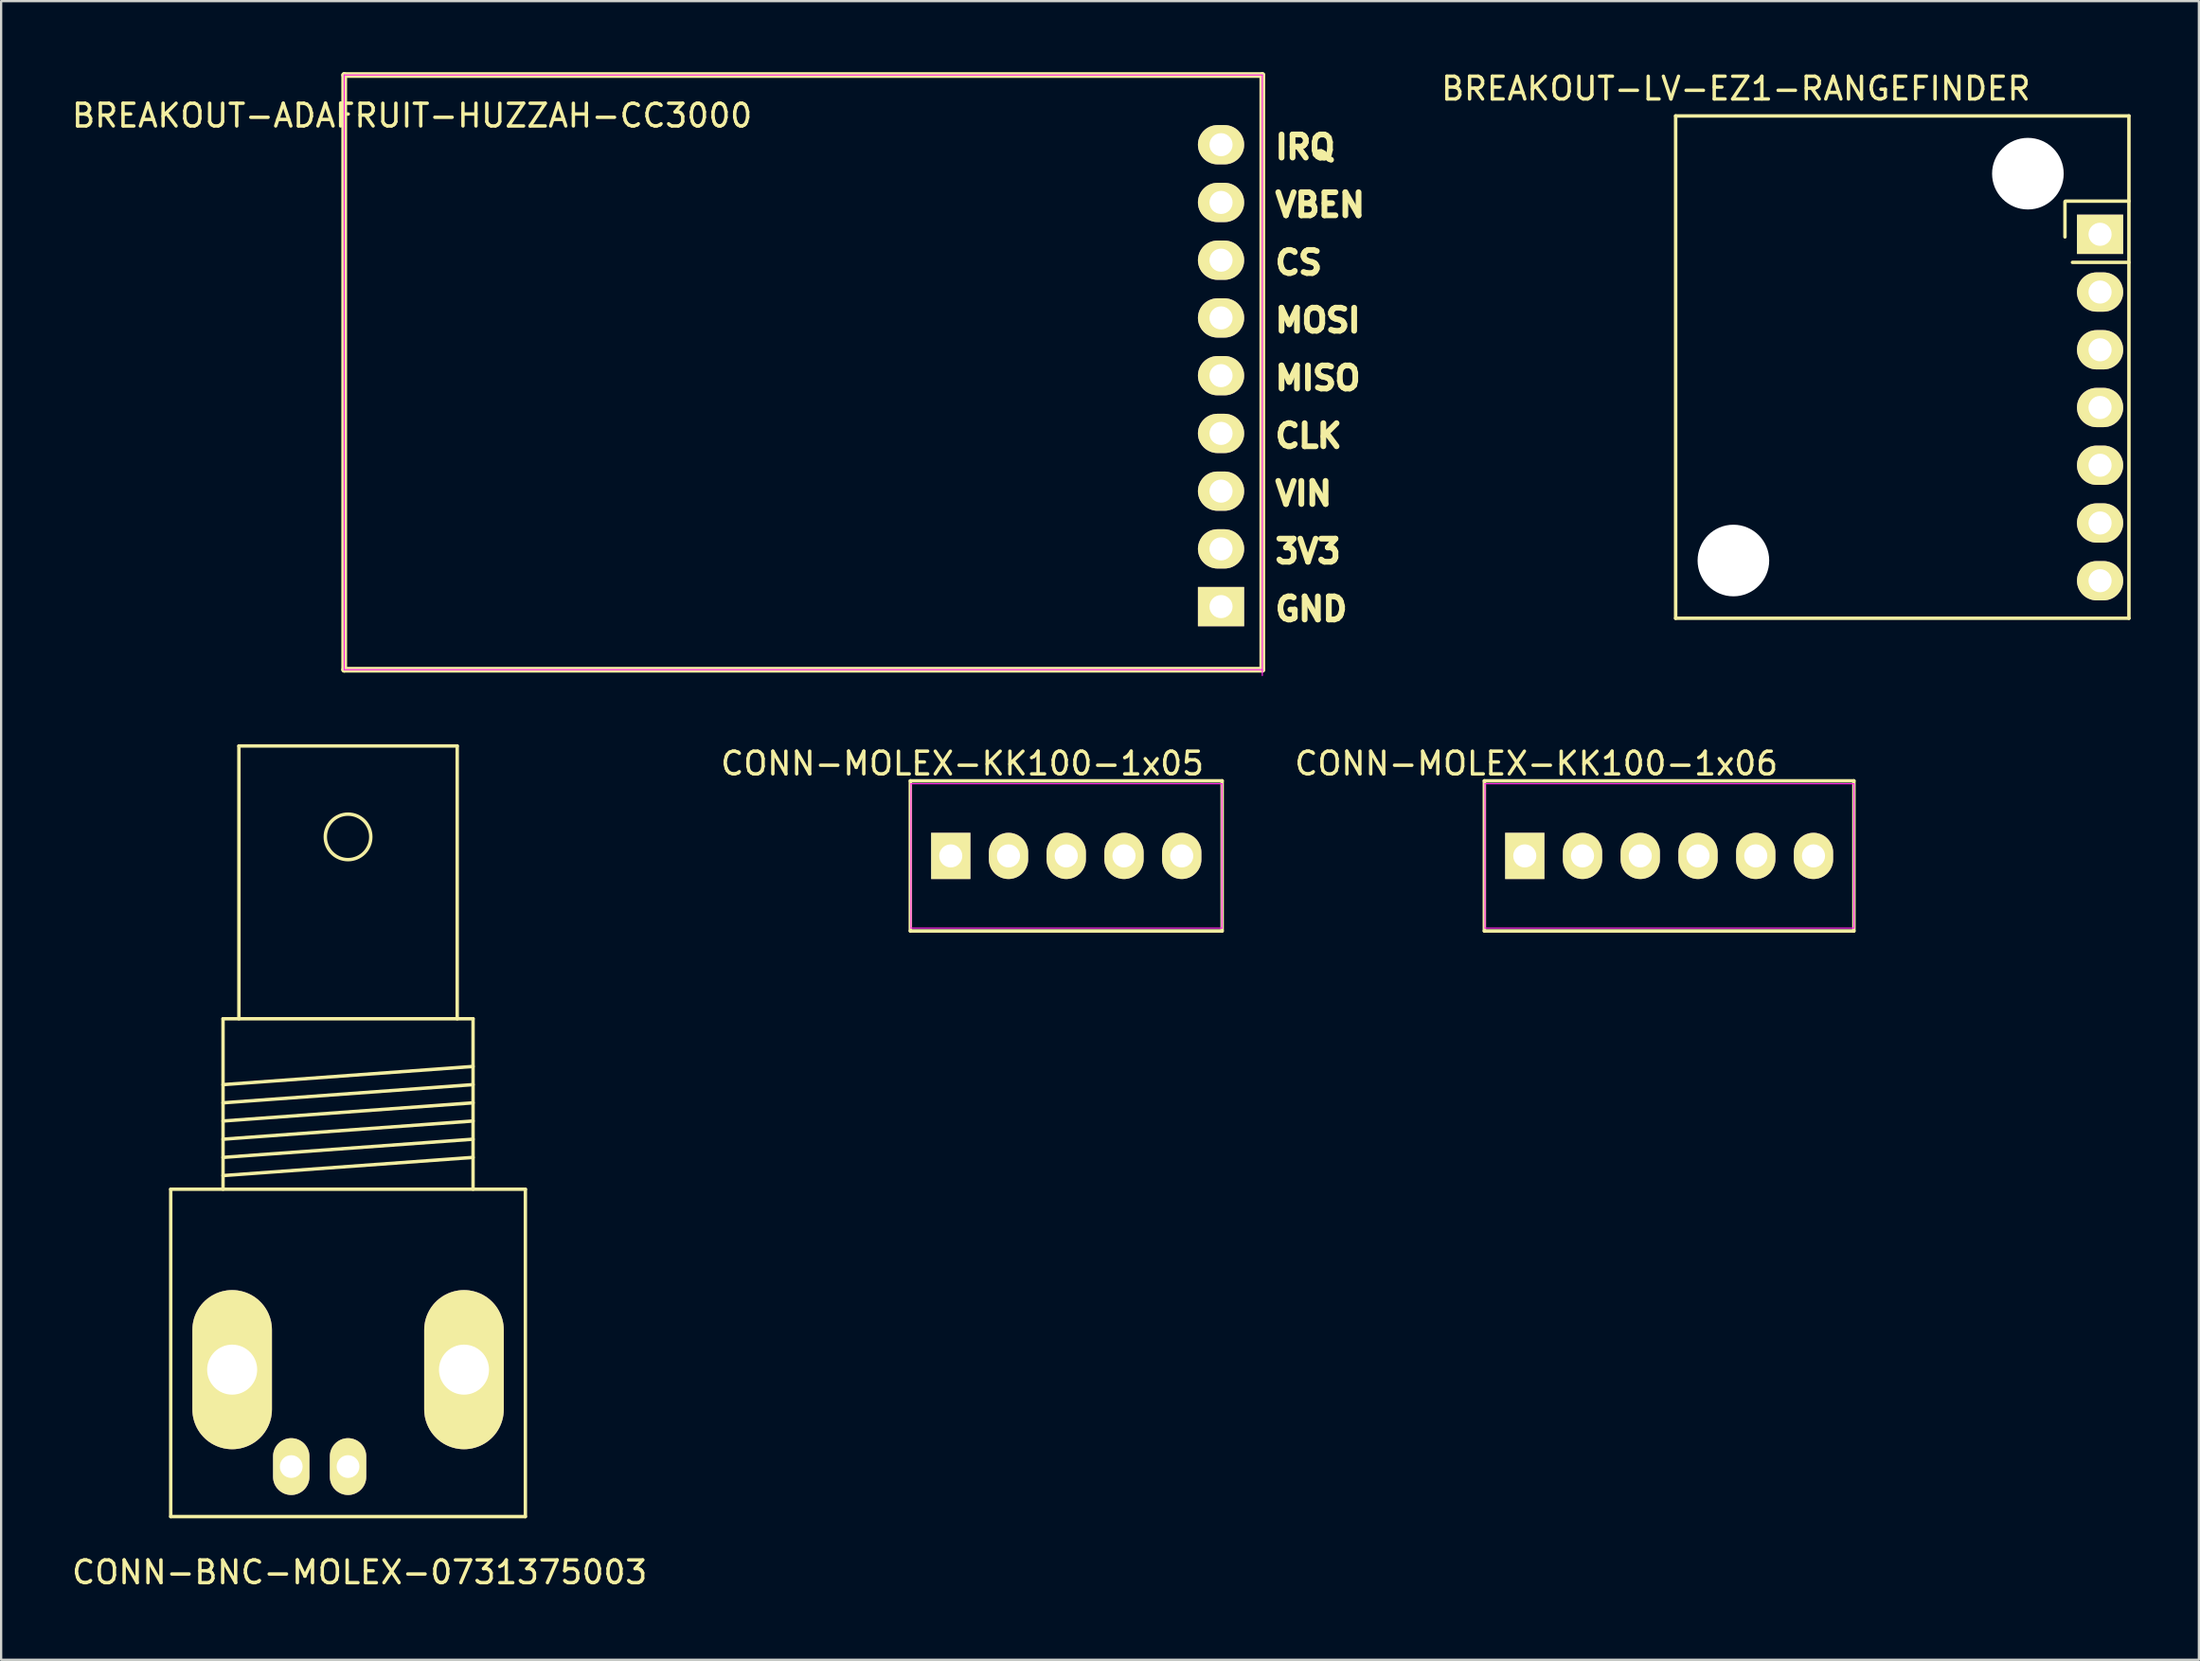
<source format=kicad_pcb>
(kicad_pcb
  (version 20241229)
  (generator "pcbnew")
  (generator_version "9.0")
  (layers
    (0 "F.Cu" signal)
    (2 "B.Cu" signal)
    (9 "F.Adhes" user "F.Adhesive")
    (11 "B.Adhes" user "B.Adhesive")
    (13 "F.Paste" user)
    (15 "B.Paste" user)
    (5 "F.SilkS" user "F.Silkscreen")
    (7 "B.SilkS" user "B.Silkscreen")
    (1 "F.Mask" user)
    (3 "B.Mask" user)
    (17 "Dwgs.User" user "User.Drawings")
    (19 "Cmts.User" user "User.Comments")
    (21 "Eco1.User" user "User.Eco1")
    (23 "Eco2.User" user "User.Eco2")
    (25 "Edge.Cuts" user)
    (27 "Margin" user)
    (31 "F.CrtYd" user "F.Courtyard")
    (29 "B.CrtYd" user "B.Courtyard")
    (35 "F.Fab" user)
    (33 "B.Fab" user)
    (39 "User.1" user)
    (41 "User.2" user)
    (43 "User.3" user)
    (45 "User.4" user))
  (footprint "CONN-MOLEX-KK100-1x06"
    (layer "F.Cu")
    (at 64.022 34.603)
    (property "Reference" "CONN-MOLEX-KK100-1x06" (at 0.508 -4.064 0) (layer "F.SilkS") (effects (font (size 1 1) (thickness 0.15))))
    (attr through_hole)
    (fp_line (start -1.778 -3.302) (end -1.778 3.302) (stroke (width 0.152) (type solid)) (layer "F.SilkS"))
    (fp_line (start -1.778 3.302) (end 14.478 3.302) (stroke (width 0.152) (type solid)) (layer "F.SilkS"))
    (fp_line (start 14.478 -3.302) (end -1.778 -3.302) (stroke (width 0.152) (type solid)) (layer "F.SilkS"))
    (fp_line (start 14.478 3.302) (end 14.478 -3.302) (stroke (width 0.152) (type solid)) (layer "F.SilkS"))
    (fp_line (start -1.75 -3.175) (end -1.75 3.175) (stroke (width 0.05) (type solid)) (layer "F.CrtYd"))
    (fp_line (start -1.75 -3.175) (end 14.478 -3.175) (stroke (width 0.05) (type solid)) (layer "F.CrtYd"))
    (fp_line (start -1.75 3.175) (end 14.478 3.175) (stroke (width 0.05) (type solid)) (layer "F.CrtYd"))
    (fp_line (start 14.478 -3.175) (end 14.478 3.175) (stroke (width 0.05) (type solid)) (layer "F.CrtYd"))
    (pad "1" thru_hole rect (at 0 0) (size 1.727 2.032) (drill 1.016) (layers "*.Cu" "*.Mask" "F.SilkS"))
    (pad "2" thru_hole oval (at 2.54 0) (size 1.727 2.032) (drill 1.016) (layers "*.Cu" "*.Mask" "F.SilkS"))
    (pad "3" thru_hole oval (at 5.08 0) (size 1.727 2.032) (drill 1.016) (layers "*.Cu" "*.Mask" "F.SilkS"))
    (pad "4" thru_hole oval (at 7.62 0) (size 1.727 2.032) (drill 1.016) (layers "*.Cu" "*.Mask" "F.SilkS"))
    (pad "5" thru_hole oval (at 10.16 0) (size 1.727 2.032) (drill 1.016) (layers "*.Cu" "*.Mask" "F.SilkS"))
    (pad "6" thru_hole oval (at 12.7 0) (size 1.727 2.032) (drill 1.016) (layers "*.Cu" "*.Mask" "F.SilkS")))
  (footprint "BREAKOUT-LV-EZ1-RANGEFINDER"
    (layer "F.Cu")
    (at 70.659 24.148)
    (property "Reference" "BREAKOUT-LV-EZ1-RANGEFINDER" (at 2.65 -23.3 0) (layer "F.SilkS") (effects (font (size 1 1) (thickness 0.15))))
    (attr through_hole)
    (fp_line (start 0 -22.098) (end 19.939 -22.098) (stroke (width 0.152) (type solid)) (layer "F.SilkS"))
    (fp_line (start 0 0) (end 0 -22.098) (stroke (width 0.152) (type solid)) (layer "F.SilkS"))
    (fp_line (start 0 0) (end 19.939 0) (stroke (width 0.152) (type solid)) (layer "F.SilkS"))
    (fp_line (start 17.125 -16.775) (end 17.125 -18.325) (stroke (width 0.15) (type solid)) (layer "F.SilkS"))
    (fp_line (start 17.15 -18.35) (end 19.939 -18.35) (stroke (width 0.15) (type solid)) (layer "F.SilkS"))
    (fp_line (start 19.939 -15.655) (end 17.455 -15.655) (stroke (width 0.15) (type solid)) (layer "F.SilkS"))
    (fp_line (start 19.939 0) (end 19.939 -22.098) (stroke (width 0.152) (type solid)) (layer "F.SilkS"))
    (pad "" np_thru_hole circle (at 2.54 -2.54) (size 3.15 3.15) (drill 3.15) (layers "F.Cu"))
    (pad "" np_thru_hole circle (at 15.494 -19.558) (size 3.15 3.15) (drill 3.15) (layers "F.Cu"))
    (pad "1" thru_hole rect (at 18.669 -16.891) (size 2.032 1.727) (drill 1.016) (layers "*.Cu" "*.Mask" "F.SilkS"))
    (pad "2" thru_hole oval (at 18.669 -14.351) (size 2.032 1.727) (drill 1.016) (layers "*.Cu" "*.Mask" "F.SilkS"))
    (pad "3" thru_hole oval (at 18.669 -11.811) (size 2.032 1.727) (drill 1.016) (layers "*.Cu" "*.Mask" "F.SilkS"))
    (pad "4" thru_hole oval (at 18.669 -9.271) (size 2.032 1.727) (drill 1.016) (layers "*.Cu" "*.Mask" "F.SilkS"))
    (pad "5" thru_hole oval (at 18.669 -6.731) (size 2.032 1.727) (drill 1.016) (layers "*.Cu" "*.Mask" "F.SilkS"))
    (pad "6" thru_hole oval (at 18.669 -4.191) (size 2.032 1.727) (drill 1.016) (layers "*.Cu" "*.Mask" "F.SilkS"))
    (pad "7" thru_hole oval (at 18.669 -1.651) (size 2.032 1.727) (drill 1.016) (layers "*.Cu" "*.Mask" "F.SilkS")))
  (footprint "CONN-BNC-MOLEX-0731375003"
    (layer "F.Cu")
    (at 12.26 56.466)
    (property "Reference" "CONN-BNC-MOLEX-0731375003" (at 0.508 9.652 0) (layer "F.SilkS") (effects (font (size 1 1) (thickness 0.15))))
    (attr through_hole)
    (fp_line (start -7.8 -7.201) (end -7.8 7.201) (stroke (width 0.15) (type solid)) (layer "F.SilkS"))
    (fp_line (start -7.8 7.201) (end 7.8 7.201) (stroke (width 0.15) (type solid)) (layer "F.SilkS"))
    (fp_line (start -5.499 -14.699) (end -5.499 -7.201) (stroke (width 0.15) (type solid)) (layer "F.SilkS"))
    (fp_line (start -5.499 -11.801) (end 5.499 -12.601) (stroke (width 0.15) (type solid)) (layer "F.SilkS"))
    (fp_line (start -5.499 -11.001) (end 5.499 -11.801) (stroke (width 0.15) (type solid)) (layer "F.SilkS"))
    (fp_line (start -5.499 -10.201) (end 5.499 -11.001) (stroke (width 0.15) (type solid)) (layer "F.SilkS"))
    (fp_line (start -5.499 -9.401) (end 5.499 -10.201) (stroke (width 0.15) (type solid)) (layer "F.SilkS"))
    (fp_line (start -5.499 -8.6) (end 5.499 -9.401) (stroke (width 0.15) (type solid)) (layer "F.SilkS"))
    (fp_line (start -5.499 -7.8) (end 5.499 -8.6) (stroke (width 0.15) (type solid)) (layer "F.SilkS"))
    (fp_line (start -4.801 -26.7) (end -4.801 -14.699) (stroke (width 0.15) (type solid)) (layer "F.SilkS"))
    (fp_line (start 4.801 -26.7) (end -4.801 -26.7) (stroke (width 0.15) (type solid)) (layer "F.SilkS"))
    (fp_line (start 4.801 -14.699) (end 4.801 -26.7) (stroke (width 0.15) (type solid)) (layer "F.SilkS"))
    (fp_line (start 5.499 -14.699) (end -5.499 -14.699) (stroke (width 0.15) (type solid)) (layer "F.SilkS"))
    (fp_line (start 5.499 -7.201) (end 5.499 -14.699) (stroke (width 0.15) (type solid)) (layer "F.SilkS"))
    (fp_line (start 7.8 -7.201) (end -7.8 -7.201) (stroke (width 0.15) (type solid)) (layer "F.SilkS"))
    (fp_line (start 7.8 7.201) (end 7.8 -7.201) (stroke (width 0.15) (type solid)) (layer "F.SilkS"))
    (fp_circle (center 0 -22.7) (end 1.001 -22.7) (stroke (width 0.15) (type solid)) (fill no) (layer "F.SilkS"))
    (pad "1" thru_hole oval (at 0 5.001) (size 1.6 2.499) (drill 1.001) (layers "*.Cu" "*.Mask" "F.SilkS"))
    (pad "2" thru_hole oval (at -5.098 0.737) (size 3.5 7) (drill 2.2) (layers "*.Cu" "*.Mask" "F.SilkS"))
    (pad "2" thru_hole oval (at -2.499 5.001) (size 1.6 2.499) (drill 1.001) (layers "*.Cu" "*.Mask" "F.SilkS"))
    (pad "2" thru_hole oval (at 5.1 0.737) (size 3.5 7) (drill 2.2) (layers "*.Cu" "*.Mask" "F.SilkS")))
  (footprint "BREAKOUT-ADAFRUIT-HUZZAH-CC3000"
    (layer "F.Cu")
    (at 52.477 0.25)
    (property "Reference" "BREAKOUT-ADAFRUIT-HUZZAH-CC3000" (at -37.4 1.785 0) (layer "F.SilkS") (effects (font (size 1 1) (thickness 0.15))))
    (attr through_hole)
    (fp_line (start -40.386 0) (end -40.386 26.162) (stroke (width 0.254) (type solid)) (layer "F.SilkS"))
    (fp_line (start 0 0) (end -40.386 0) (stroke (width 0.254) (type solid)) (layer "F.SilkS"))
    (fp_line (start 0 0) (end 0 26.162) (stroke (width 0.254) (type solid)) (layer "F.SilkS"))
    (fp_line (start 0 26.162) (end -40.386 26.162) (stroke (width 0.254) (type solid)) (layer "F.SilkS"))
    (fp_line (start -40.386 0) (end -40.386 26.162) (stroke (width 0.05) (type solid)) (layer "F.CrtYd"))
    (fp_line (start -40.386 0) (end 0 0) (stroke (width 0.05) (type solid)) (layer "F.CrtYd"))
    (fp_line (start -40.386 26.162) (end 0 26.162) (stroke (width 0.05) (type solid)) (layer "F.CrtYd"))
    (fp_line (start 0 0) (end 0 26.416) (stroke (width 0.05) (type solid)) (layer "F.CrtYd"))
    (fp_text user "MOSI" (at 2.443 10.795 0) (layer "F.SilkS") (effects (font (size 1.016 1.016) (thickness 0.254))))
    (fp_text user "CS" (at 1.597 8.255 0) (layer "F.SilkS") (effects (font (size 1.016 1.016) (thickness 0.254))))
    (fp_text user "GND" (at 2.153 23.495 0) (layer "F.SilkS") (effects (font (size 1.016 1.016) (thickness 0.254))))
    (fp_text user "3V3" (at 2.008 20.955 0) (layer "F.SilkS") (effects (font (size 1.016 1.016) (thickness 0.254))))
    (fp_text user "VIN" (at 1.814 18.415 0) (layer "F.SilkS") (effects (font (size 1.016 1.016) (thickness 0.254))))
    (fp_text user "CLK" (at 2.032 15.875 0) (layer "F.SilkS") (effects (font (size 1.016 1.016) (thickness 0.254))))
    (fp_text user "IRQ" (at 1.887 3.175 0) (layer "F.SilkS") (effects (font (size 1.016 1.016) (thickness 0.254))))
    (fp_text user "MISO" (at 2.443 13.335 0) (layer "F.SilkS") (effects (font (size 1.016 1.016) (thickness 0.254))))
    (fp_text user "VBEN" (at 2.54 5.715 0) (layer "F.SilkS") (effects (font (size 1.016 1.016) (thickness 0.254))))
    (pad "1" thru_hole rect (at -1.816 23.386 180) (size 2.032 1.727) (drill 1.016) (layers "*.Cu" "*.Mask" "F.SilkS"))
    (pad "2" thru_hole oval (at -1.816 20.846 180) (size 2.032 1.727) (drill 1.016) (layers "*.Cu" "*.Mask" "F.SilkS"))
    (pad "3" thru_hole oval (at -1.816 18.306 180) (size 2.032 1.727) (drill 1.016) (layers "*.Cu" "*.Mask" "F.SilkS"))
    (pad "4" thru_hole oval (at -1.816 15.766 180) (size 2.032 1.727) (drill 1.016) (layers "*.Cu" "*.Mask" "F.SilkS"))
    (pad "5" thru_hole oval (at -1.816 13.226 180) (size 2.032 1.727) (drill 1.016) (layers "*.Cu" "*.Mask" "F.SilkS"))
    (pad "6" thru_hole oval (at -1.816 10.686 180) (size 2.032 1.727) (drill 1.016) (layers "*.Cu" "*.Mask" "F.SilkS"))
    (pad "7" thru_hole oval (at -1.816 8.146 180) (size 2.032 1.727) (drill 1.016) (layers "*.Cu" "*.Mask" "F.SilkS"))
    (pad "8" thru_hole oval (at -1.816 5.606 180) (size 2.032 1.727) (drill 1.016) (layers "*.Cu" "*.Mask" "F.SilkS"))
    (pad "9" thru_hole oval (at -1.816 3.066 180) (size 2.032 1.727) (drill 1.016) (layers "*.Cu" "*.Mask" "F.SilkS")))
  (footprint "CONN-MOLEX-KK100-1x05"
    (layer "F.Cu")
    (at 38.772 34.603)
    (property "Reference" "CONN-MOLEX-KK100-1x05" (at 0.508 -4.064 0) (layer "F.SilkS") (effects (font (size 1 1) (thickness 0.15))))
    (attr through_hole)
    (fp_line (start -1.778 -3.302) (end -1.778 3.302) (stroke (width 0.152) (type solid)) (layer "F.SilkS"))
    (fp_line (start -1.778 3.302) (end 11.938 3.302) (stroke (width 0.152) (type solid)) (layer "F.SilkS"))
    (fp_line (start 11.938 -3.302) (end -1.778 -3.302) (stroke (width 0.152) (type solid)) (layer "F.SilkS"))
    (fp_line (start 11.938 3.302) (end 11.938 -3.302) (stroke (width 0.152) (type solid)) (layer "F.SilkS"))
    (fp_line (start -1.75 -3.175) (end -1.75 3.175) (stroke (width 0.05) (type solid)) (layer "F.CrtYd"))
    (fp_line (start -1.75 -3.175) (end 11.938 -3.175) (stroke (width 0.05) (type solid)) (layer "F.CrtYd"))
    (fp_line (start -1.75 3.175) (end 11.938 3.175) (stroke (width 0.05) (type solid)) (layer "F.CrtYd"))
    (fp_line (start 11.93 -3.175) (end 11.93 3.175) (stroke (width 0.05) (type solid)) (layer "F.CrtYd"))
    (pad "1" thru_hole rect (at 0 0) (size 1.727 2.032) (drill 1.016) (layers "*.Cu" "*.Mask" "F.SilkS"))
    (pad "2" thru_hole oval (at 2.54 0) (size 1.727 2.032) (drill 1.016) (layers "*.Cu" "*.Mask" "F.SilkS"))
    (pad "3" thru_hole oval (at 5.08 0) (size 1.727 2.032) (drill 1.016) (layers "*.Cu" "*.Mask" "F.SilkS"))
    (pad "4" thru_hole oval (at 7.62 0) (size 1.727 2.032) (drill 1.016) (layers "*.Cu" "*.Mask" "F.SilkS"))
    (pad "5" thru_hole oval (at 10.16 0) (size 1.727 2.032) (drill 1.016) (layers "*.Cu" "*.Mask" "F.SilkS")))
  (gr_rect
    (start -3 -3)
    (end 93.675 69.967)
    (stroke (width 0.1) (type default))
    (fill no)
    (layer "Edge.Cuts")))
</source>
